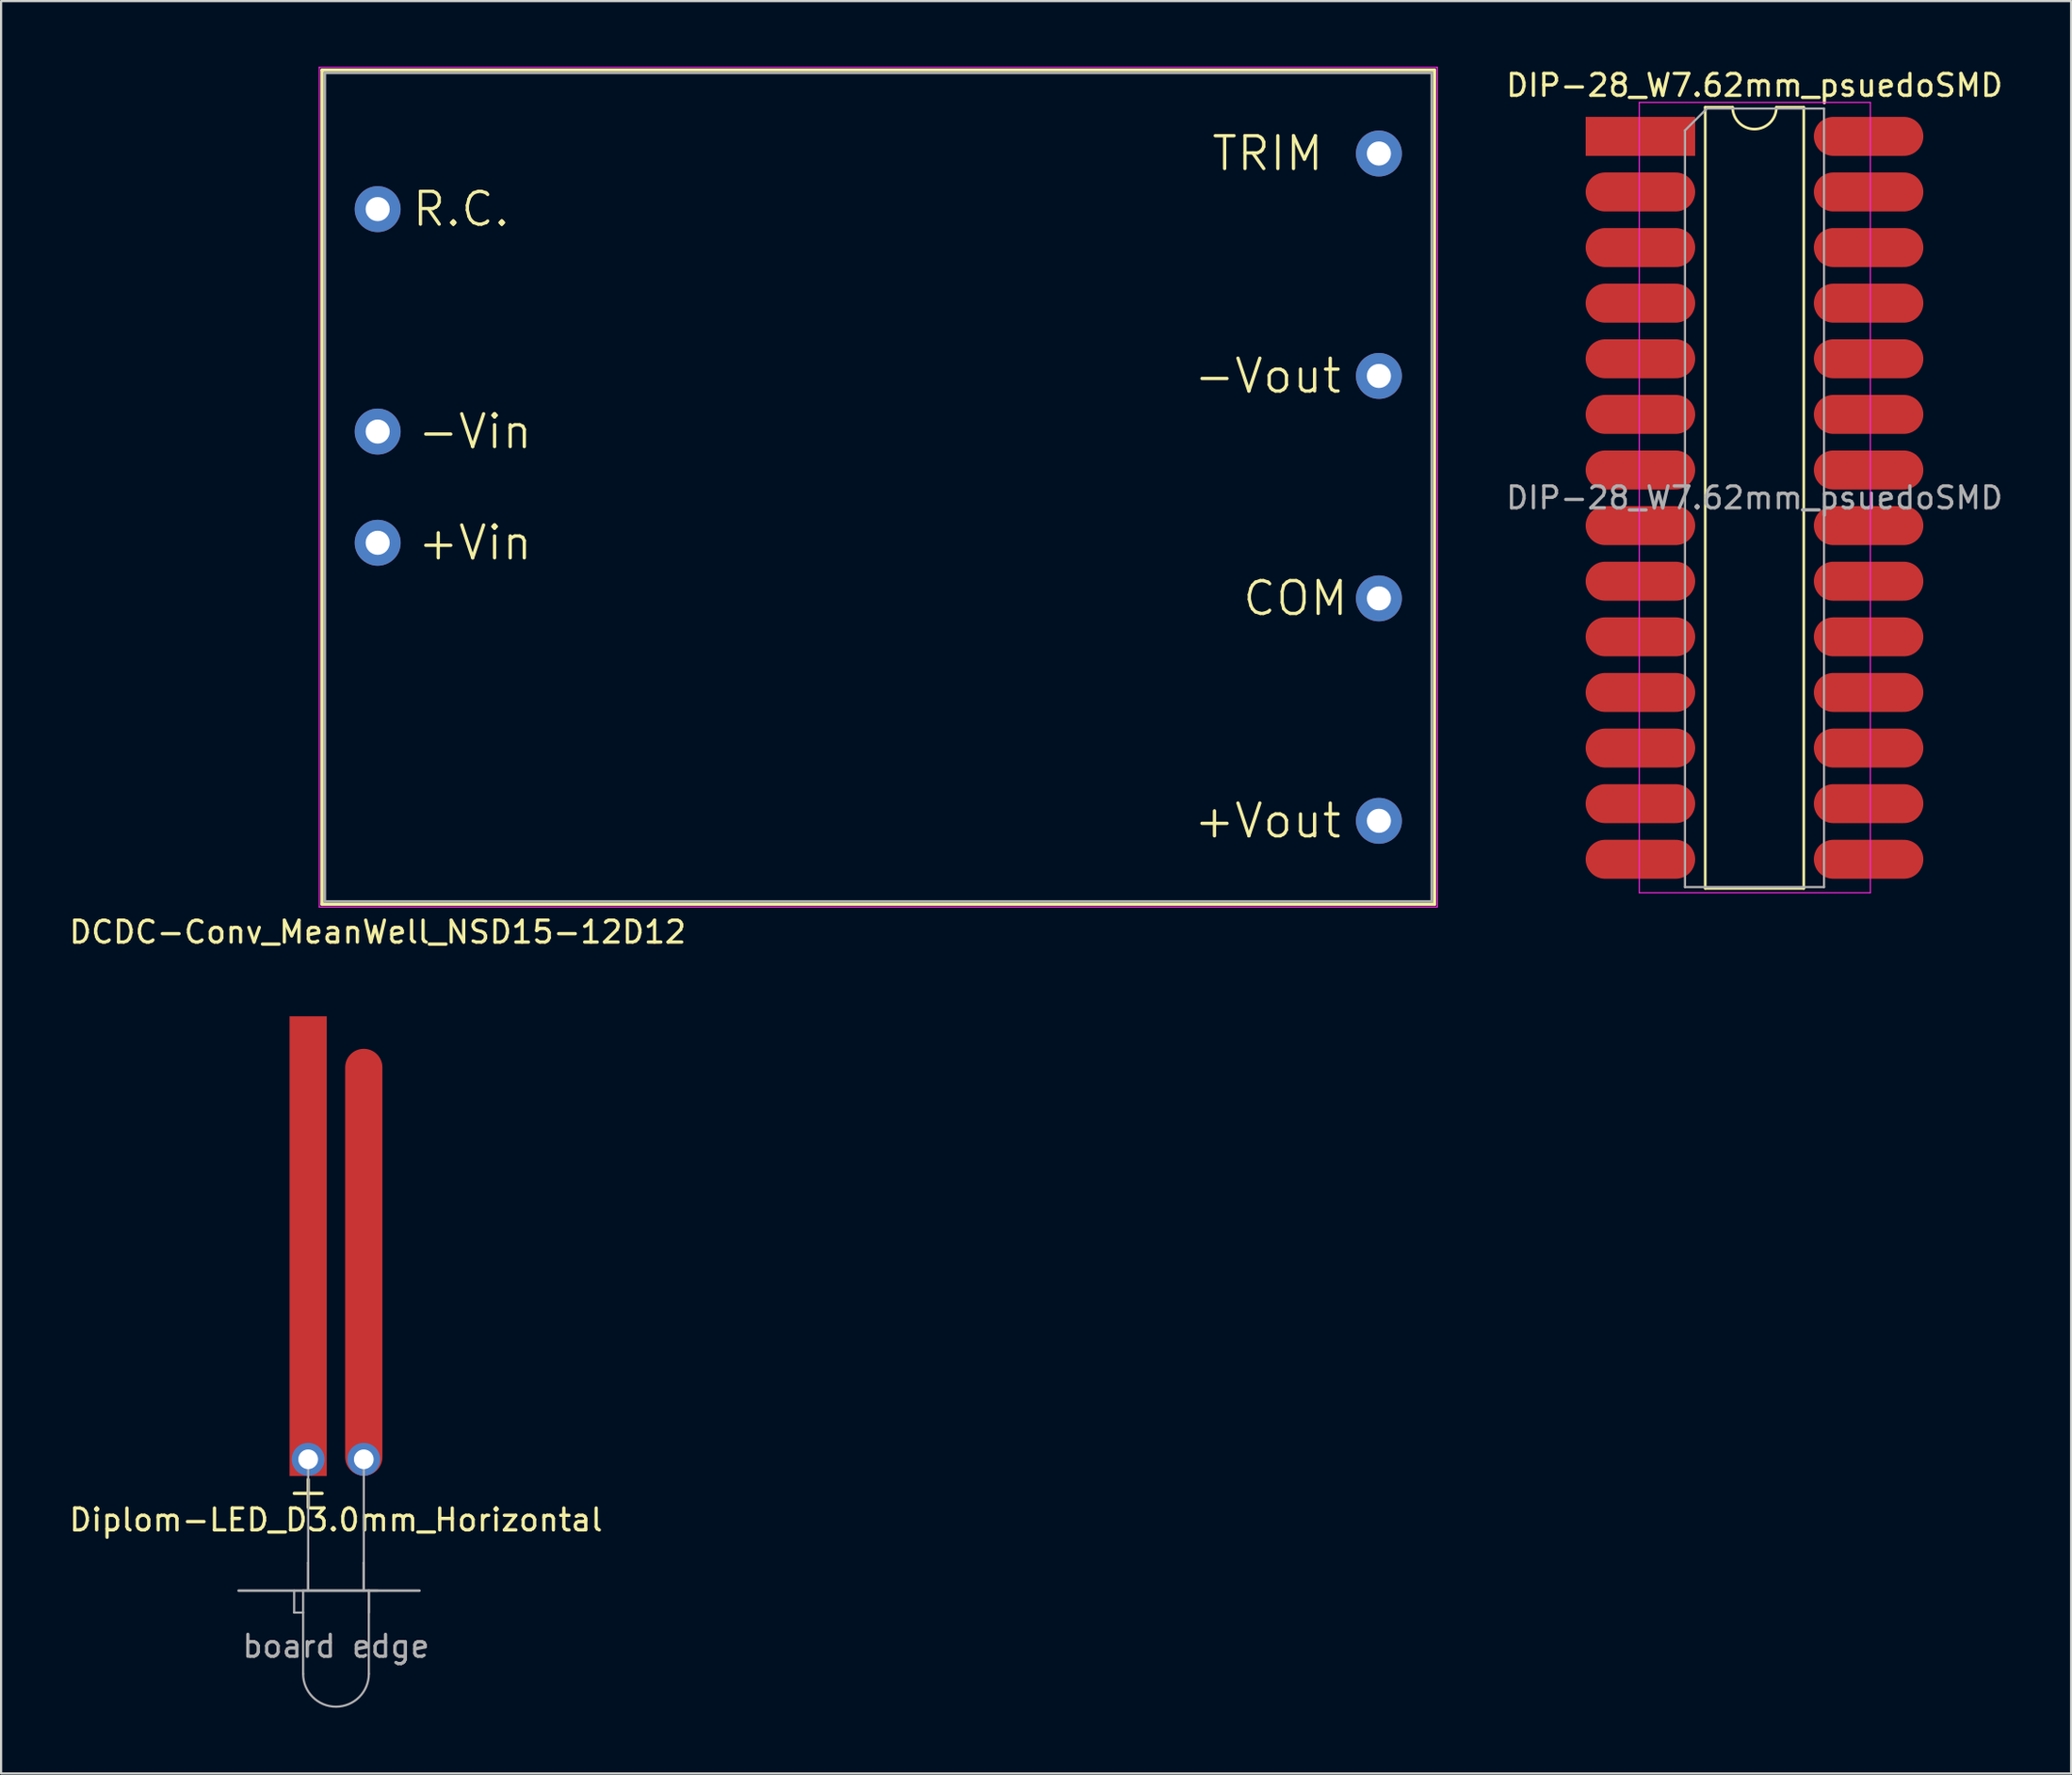
<source format=kicad_pcb>
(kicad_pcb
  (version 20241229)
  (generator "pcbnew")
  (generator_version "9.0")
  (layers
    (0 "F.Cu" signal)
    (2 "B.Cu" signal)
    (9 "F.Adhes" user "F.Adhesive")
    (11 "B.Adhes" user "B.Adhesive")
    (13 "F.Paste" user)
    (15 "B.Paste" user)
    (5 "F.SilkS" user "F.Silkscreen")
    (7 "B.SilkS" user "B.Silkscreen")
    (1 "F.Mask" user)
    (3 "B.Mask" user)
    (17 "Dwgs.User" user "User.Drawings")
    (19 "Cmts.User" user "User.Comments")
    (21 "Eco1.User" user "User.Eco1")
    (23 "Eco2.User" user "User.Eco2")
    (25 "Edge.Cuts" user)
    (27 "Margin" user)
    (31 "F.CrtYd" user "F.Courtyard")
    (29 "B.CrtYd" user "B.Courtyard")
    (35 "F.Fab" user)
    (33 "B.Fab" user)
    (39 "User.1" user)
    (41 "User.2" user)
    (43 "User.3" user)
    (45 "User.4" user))
  (footprint "DIP-28_W7.62mm_psuedoSMD"
    (layer "F.Cu")
    (at 73.257 3.178)
    (property "Reference" "DIP-28_W7.62mm_psuedoSMD" (at 3.81 -2.33 0) (layer "F.SilkS") (effects (font (size 1 1) (thickness 0.15))))
    (attr through_hole)
    (fp_line (start 1.56 -1.33) (end 1.56 34.35) (stroke (width 0.12) (type solid)) (layer "F.SilkS"))
    (fp_line (start 1.56 34.35) (end 6.06 34.35) (stroke (width 0.12) (type solid)) (layer "F.SilkS"))
    (fp_line (start 2.81 -1.33) (end 1.56 -1.33) (stroke (width 0.12) (type solid)) (layer "F.SilkS"))
    (fp_line (start 6.06 -1.33) (end 4.81 -1.33) (stroke (width 0.12) (type solid)) (layer "F.SilkS"))
    (fp_line (start 6.06 34.35) (end 6.06 -1.33) (stroke (width 0.12) (type solid)) (layer "F.SilkS"))
    (fp_arc (start 4.81 -1.33) (mid 3.81 -0.33) (end 2.81 -1.33) (stroke (width 0.12) (type solid)) (layer "F.SilkS"))
    (fp_line (start -1.45 -1.55) (end -1.45 34.55) (stroke (width 0.05) (type solid)) (layer "F.CrtYd"))
    (fp_line (start -1.45 34.55) (end 9.1 34.55) (stroke (width 0.05) (type solid)) (layer "F.CrtYd"))
    (fp_line (start 9.1 -1.55) (end -1.45 -1.55) (stroke (width 0.05) (type solid)) (layer "F.CrtYd"))
    (fp_line (start 9.1 34.55) (end 9.1 -1.55) (stroke (width 0.05) (type solid)) (layer "F.CrtYd"))
    (fp_line (start 0.635 -0.27) (end 1.635 -1.27) (stroke (width 0.1) (type solid)) (layer "F.Fab"))
    (fp_line (start 0.635 34.29) (end 0.635 -0.27) (stroke (width 0.1) (type solid)) (layer "F.Fab"))
    (fp_line (start 1.635 -1.27) (end 6.985 -1.27) (stroke (width 0.1) (type solid)) (layer "F.Fab"))
    (fp_line (start 6.985 -1.27) (end 6.985 34.29) (stroke (width 0.1) (type solid)) (layer "F.Fab"))
    (fp_line (start 6.985 34.29) (end 0.635 34.29) (stroke (width 0.1) (type solid)) (layer "F.Fab"))
    (fp_text user "${REFERENCE}" (at 3.81 16.51 0) (layer "F.Fab") (effects (font (size 1 1) (thickness 0.15))))
    (pad "1" smd rect (at 0 0) (size 5 1.78) (drill (offset -1.4 0)) (layers "F.Cu" "F.Mask" "F.Paste"))
    (pad "2" smd oval (at 0 2.54) (size 5 1.78) (drill (offset -1.4 0)) (layers "F.Cu" "F.Mask" "F.Paste"))
    (pad "3" smd oval (at 0 5.08) (size 5 1.78) (drill (offset -1.4 0)) (layers "F.Cu" "F.Mask" "F.Paste"))
    (pad "4" smd oval (at 0 7.62) (size 5 1.78) (drill (offset -1.4 0)) (layers "F.Cu" "F.Mask" "F.Paste"))
    (pad "5" smd oval (at 0 10.16) (size 5 1.78) (drill (offset -1.4 0)) (layers "F.Cu" "F.Mask" "F.Paste"))
    (pad "6" smd oval (at 0 12.7) (size 5 1.78) (drill (offset -1.4 0)) (layers "F.Cu" "F.Mask" "F.Paste"))
    (pad "7" smd oval (at 0 15.24) (size 5 1.78) (drill (offset -1.4 0)) (layers "F.Cu" "F.Mask" "F.Paste"))
    (pad "8" smd oval (at 0 17.78) (size 5 1.78) (drill (offset -1.4 0)) (layers "F.Cu" "F.Mask" "F.Paste"))
    (pad "9" smd oval (at 0 20.32) (size 5 1.78) (drill (offset -1.4 0)) (layers "F.Cu" "F.Mask" "F.Paste"))
    (pad "10" smd oval (at 0 22.86) (size 5 1.78) (drill (offset -1.4 0)) (layers "F.Cu" "F.Mask" "F.Paste"))
    (pad "11" smd oval (at 0 25.4) (size 5 1.78) (drill (offset -1.4 0)) (layers "F.Cu" "F.Mask" "F.Paste"))
    (pad "12" smd oval (at 0 27.94) (size 5 1.78) (drill (offset -1.4 0)) (layers "F.Cu" "F.Mask" "F.Paste"))
    (pad "13" smd oval (at 0 30.48) (size 5 1.78) (drill (offset -1.4 0)) (layers "F.Cu" "F.Mask" "F.Paste"))
    (pad "14" smd oval (at 0 33.02) (size 5 1.78) (drill (offset -1.4 0)) (layers "F.Cu" "F.Mask" "F.Paste"))
    (pad "15" smd oval (at 7.62 33.02) (size 5 1.78) (drill (offset 1.4 0)) (layers "F.Cu" "F.Mask" "F.Paste"))
    (pad "16" smd oval (at 7.62 30.48) (size 5 1.78) (drill (offset 1.4 0)) (layers "F.Cu" "F.Mask" "F.Paste"))
    (pad "17" smd oval (at 7.62 27.94) (size 5 1.78) (drill (offset 1.4 0)) (layers "F.Cu" "F.Mask" "F.Paste"))
    (pad "18" smd oval (at 7.62 25.4) (size 5 1.78) (drill (offset 1.4 0)) (layers "F.Cu" "F.Mask" "F.Paste"))
    (pad "19" smd oval (at 7.62 22.86) (size 5 1.78) (drill (offset 1.4 0)) (layers "F.Cu" "F.Mask" "F.Paste"))
    (pad "20" smd oval (at 7.62 20.32) (size 5 1.78) (drill (offset 1.4 0)) (layers "F.Cu" "F.Mask" "F.Paste"))
    (pad "21" smd oval (at 7.62 17.78) (size 5 1.78) (drill (offset 1.4 0)) (layers "F.Cu" "F.Mask" "F.Paste"))
    (pad "22" smd oval (at 7.62 15.24) (size 5 1.78) (drill (offset 1.4 0)) (layers "F.Cu" "F.Mask" "F.Paste"))
    (pad "23" smd oval (at 7.62 12.7) (size 5 1.78) (drill (offset 1.4 0)) (layers "F.Cu" "F.Mask" "F.Paste"))
    (pad "24" smd oval (at 7.62 10.16) (size 5 1.78) (drill (offset 1.4 0)) (layers "F.Cu" "F.Mask" "F.Paste"))
    (pad "25" smd oval (at 7.62 7.62) (size 5 1.78) (drill (offset 1.4 0)) (layers "F.Cu" "F.Mask" "F.Paste"))
    (pad "26" smd oval (at 7.62 5.08) (size 5 1.78) (drill (offset 1.4 0)) (layers "F.Cu" "F.Mask" "F.Paste"))
    (pad "27" smd oval (at 7.62 2.54) (size 5 1.78) (drill (offset 1.4 0)) (layers "F.Cu" "F.Mask" "F.Paste"))
    (pad "28" smd oval (at 7.62 0) (size 5 1.78) (drill (offset 1.4 0)) (layers "F.Cu" "F.Mask" "F.Paste")))
  (footprint "Diplom-LED_D3.0mm_Horizontal"
    (layer "F.Cu")
    (at 12.292 69.605)
    (property "Reference" "Diplom-LED_D3.0mm_Horizontal" (at 0 -3.23 0) (layer "F.SilkS") (effects (font (size 1 1) (thickness 0.15))))
    (attr through_hole)
    (fp_line (start -1.905 -4.445) (end -0.635 -4.445) (stroke (width 0.15) (type solid)) (layer "F.SilkS"))
    (fp_line (start -1.27 -5.08) (end -1.27 -3.81) (stroke (width 0.15) (type solid)) (layer "F.SilkS"))
    (fp_line (start -4.445 0) (end 3.81 0) (stroke (width 0.12) (type solid)) (layer "F.Fab"))
    (fp_line (start -1.91 0) (end -1.91 1) (stroke (width 0.1) (type solid)) (layer "F.Fab"))
    (fp_line (start -1.5 0) (end -1.5 3.8) (stroke (width 0.1) (type solid)) (layer "F.Fab"))
    (fp_line (start -1.5 0) (end 1.5 0) (stroke (width 0.1) (type solid)) (layer "F.Fab"))
    (fp_line (start -1.5 1) (end -1.91 1) (stroke (width 0.1) (type solid)) (layer "F.Fab"))
    (fp_line (start -1.27 -1.27) (end -1.27 -1.27) (stroke (width 0.1) (type solid)) (layer "F.Fab"))
    (fp_line (start -1.27 -1.27) (end -1.27 0) (stroke (width 0.1) (type solid)) (layer "F.Fab"))
    (fp_line (start -1.27 0) (end -1.27 -6) (stroke (width 0.1) (type solid)) (layer "F.Fab"))
    (fp_line (start -1.27 0) (end -1.27 0) (stroke (width 0.1) (type solid)) (layer "F.Fab"))
    (fp_line (start 1.27 -6) (end 1.27 -1.27) (stroke (width 0.1) (type solid)) (layer "F.Fab"))
    (fp_line (start 1.27 -1.27) (end 1.27 0) (stroke (width 0.1) (type solid)) (layer "F.Fab"))
    (fp_line (start 1.27 0) (end 1.27 -1.27) (stroke (width 0.1) (type solid)) (layer "F.Fab"))
    (fp_line (start 1.27 0) (end 1.27 0) (stroke (width 0.1) (type solid)) (layer "F.Fab"))
    (fp_line (start 1.5 0) (end 1.5 3.8) (stroke (width 0.1) (type solid)) (layer "F.Fab"))
    (fp_line (start 1.5 0) (end 1.9 0) (stroke (width 0.1) (type solid)) (layer "F.Fab"))
    (fp_line (start 1.5 1) (end 1.5 0) (stroke (width 0.1) (type solid)) (layer "F.Fab"))
    (fp_arc (start 1.5 3.8) (mid 0 5.3) (end -1.5 3.8) (stroke (width 0.1) (type solid)) (layer "F.Fab"))
    (fp_text user "board edge" (at 0 2.54 0) (layer "F.Fab") (effects (font (size 1 1) (thickness 0.15))))
    (pad "1" smd oval (at 1.27 -15) (size 1.7 19.5) (layers "F.Cu" "F.Mask"))
    (pad "1" thru_hole circle (at 1.27 -6 90) (size 1.5 1.5) (drill 0.9) (layers "*.Cu" "*.Mask"))
    (pad "2" smd rect (at -1.27 -15) (size 1.7 21) (drill (offset 0 -0.735)) (layers "F.Cu" "F.Mask"))
    (pad "2" thru_hole circle (at -1.27 -6) (size 1.5 1.5) (drill 0.9) (layers "*.Cu" "*.Mask")))
  (footprint "DCDC-Conv_MeanWell_NSD15-12D12"
    (layer "F.Cu")
    (at 37.056 19.202)
    (property "Reference" "DCDC-Conv_MeanWell_NSD15-12D12" (at -22.86 20.32 0) (layer "F.SilkS") (effects (font (size 1 1) (thickness 0.15))))
    (attr through_hole)
    (fp_line (start -25.4 -19.05) (end 25.4 -19.05) (stroke (width 0.15) (type solid)) (layer "F.SilkS"))
    (fp_line (start -25.4 19.05) (end -25.4 -19.05) (stroke (width 0.15) (type solid)) (layer "F.SilkS"))
    (fp_line (start 25.4 -19.05) (end 25.4 19.05) (stroke (width 0.15) (type solid)) (layer "F.SilkS"))
    (fp_line (start 25.4 19.05) (end -25.4 19.05) (stroke (width 0.15) (type solid)) (layer "F.SilkS"))
    (fp_line (start -25.527 -19.177) (end 25.527 -19.177) (stroke (width 0.05) (type solid)) (layer "F.CrtYd"))
    (fp_line (start -25.527 19.177) (end -25.527 -19.177) (stroke (width 0.05) (type solid)) (layer "F.CrtYd"))
    (fp_line (start 25.527 -19.177) (end 25.527 19.177) (stroke (width 0.05) (type solid)) (layer "F.CrtYd"))
    (fp_line (start 25.527 19.177) (end -25.527 19.177) (stroke (width 0.05) (type solid)) (layer "F.CrtYd"))
    (fp_line (start -25.273 -18.923) (end -25.273 18.923) (stroke (width 0.12) (type solid)) (layer "F.Fab"))
    (fp_line (start -25.273 -18.923) (end 25.273 -18.923) (stroke (width 0.12) (type solid)) (layer "F.Fab"))
    (fp_line (start 25.273 -18.923) (end 25.273 18.923) (stroke (width 0.12) (type solid)) (layer "F.Fab"))
    (fp_line (start 25.273 18.923) (end -25.273 18.923) (stroke (width 0.12) (type solid)) (layer "F.Fab"))
    (fp_text user "+Vin" (at -18.415 2.54 0) (layer "F.SilkS") (effects (font (size 1.5 1.5) (thickness 0.15))))
    (fp_text user "TRIM" (at 17.78 -15.24 0) (layer "F.SilkS") (effects (font (size 1.5 1.5) (thickness 0.15))))
    (fp_text user "-Vout" (at 17.78 -5.08 0) (layer "F.SilkS") (effects (font (size 1.5 1.5) (thickness 0.15))))
    (fp_text user "+Vout" (at 17.78 15.24 0) (layer "F.SilkS") (effects (font (size 1.5 1.5) (thickness 0.15))))
    (fp_text user "-Vin" (at -18.415 -2.54 0) (layer "F.SilkS") (effects (font (size 1.5 1.5) (thickness 0.15))))
    (fp_text user "COM" (at 19.05 5.08 0) (layer "F.SilkS") (effects (font (size 1.5 1.5) (thickness 0.15))))
    (fp_text user "R.C." (at -19.05 -12.7 0) (layer "F.SilkS") (effects (font (size 1.5 1.5) (thickness 0.15))))
    (pad "1" thru_hole circle (at -22.86 2.54 90) (size 2.1 2.1) (drill 1.1) (layers "*.Cu" "*.Mask"))
    (pad "2" thru_hole circle (at -22.86 -2.54 90) (size 2.1 2.1) (drill 1.1) (layers "*.Cu" "*.Mask"))
    (pad "4" thru_hole circle (at 22.86 5.08 90) (size 2.1 2.1) (drill 1.1) (layers "*.Cu" "*.Mask"))
    (pad "5" thru_hole circle (at 22.86 15.24 90) (size 2.1 2.1) (drill 1.1) (layers "*.Cu" "*.Mask"))
    (pad "6" thru_hole circle (at -22.86 -12.7 90) (size 2.1 2.1) (drill 1.1) (layers "*.Cu" "*.Mask"))
    (pad "7" thru_hole circle (at 22.86 -5.08 90) (size 2.1 2.1) (drill 1.1) (layers "*.Cu" "*.Mask"))
    (pad "8" thru_hole circle (at 22.86 -15.24 90) (size 2.1 2.1) (drill 1.1) (layers "*.Cu" "*.Mask")))
  (gr_rect
    (start -3 -3)
    (end 91.525 77.955)
    (stroke (width 0.1) (type default))
    (fill no)
    (layer "Edge.Cuts")))
</source>
